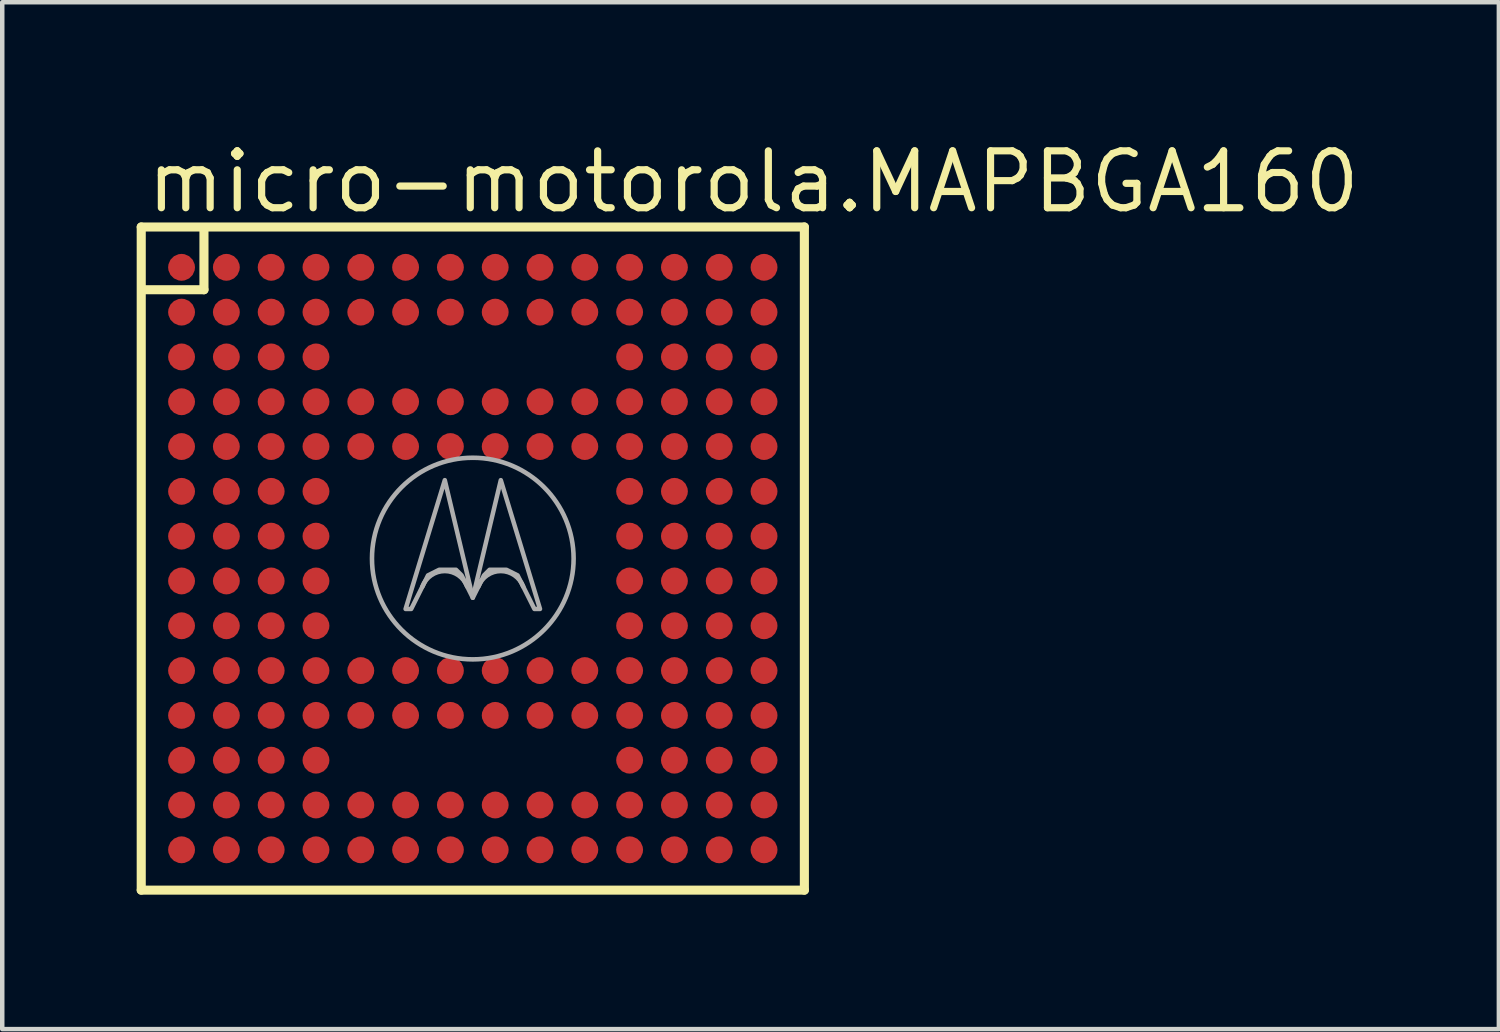
<source format=kicad_pcb>
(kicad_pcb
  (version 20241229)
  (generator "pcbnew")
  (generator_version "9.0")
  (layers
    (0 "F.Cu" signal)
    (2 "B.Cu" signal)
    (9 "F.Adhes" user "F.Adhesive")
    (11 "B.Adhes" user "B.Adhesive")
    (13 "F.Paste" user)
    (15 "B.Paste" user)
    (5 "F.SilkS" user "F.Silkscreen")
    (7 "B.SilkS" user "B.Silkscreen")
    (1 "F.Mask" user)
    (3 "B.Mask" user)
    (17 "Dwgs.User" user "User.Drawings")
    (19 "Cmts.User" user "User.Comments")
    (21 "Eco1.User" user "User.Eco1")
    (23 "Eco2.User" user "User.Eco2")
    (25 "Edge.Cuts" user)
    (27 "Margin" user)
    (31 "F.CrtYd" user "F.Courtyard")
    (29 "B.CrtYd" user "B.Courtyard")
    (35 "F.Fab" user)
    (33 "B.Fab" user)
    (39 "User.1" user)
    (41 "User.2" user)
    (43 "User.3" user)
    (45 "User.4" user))
  (footprint "micro-motorola.MAPBGA160"
    (layer "F.Cu")
    (at 7.502 9.416)
    (property "Reference" "micro-motorola.MAPBGA160" (at -7.358 -7.666 0) (layer "F.SilkS") (effects (font (size 1.27 1.27) (thickness 0.16)) (justify left bottom)))
    (attr smd)
    (fp_line (start -7.4 -7.4) (end 7.4 -7.4) (stroke (width 0.203) (type default)) (layer "F.SilkS"))
    (fp_line (start -7.4 7.4) (end -7.4 -7.4) (stroke (width 0.203) (type default)) (layer "F.SilkS"))
    (fp_line (start -6 -7.35) (end -6 -6) (stroke (width 0.203) (type default)) (layer "F.SilkS"))
    (fp_line (start -6 -6) (end -7.3 -6) (stroke (width 0.203) (type default)) (layer "F.SilkS"))
    (fp_line (start 7.4 -7.4) (end 7.4 7.4) (stroke (width 0.203) (type default)) (layer "F.SilkS"))
    (fp_line (start 7.4 7.4) (end -7.4 7.4) (stroke (width 0.203) (type default)) (layer "F.SilkS"))
    (fp_arc (start -1.125 0.625) (mid -0.625 0.2785) (end -0.125 0.625) (stroke (width 0.1016) (type default)) (layer "F.Fab"))
    (fp_arc (start 0.125 0.625) (mid 0.625 0.2785) (end 1.125 0.625) (stroke (width 0.1016) (type default)) (layer "F.Fab"))
    (fp_circle (center 0 0) (end 2.25 0) (stroke (width 0.102) (type default)) (fill no) (layer "F.Fab"))
    (fp_poly (pts (xy -1.5 1.125) (xy -0.625 -1.75) (xy 0 0.875) (xy -0.25 0.375) (xy -0.375 0.25) (xy -0.75 0.25) (xy -1 0.375) (xy -1.375 1.125)) (stroke (width 0.1) (type default)) (fill no) (layer "F.Fab"))
    (fp_poly (pts (xy 1.5 1.125) (xy 0.625 -1.75) (xy 0 0.875) (xy 0.25 0.375) (xy 0.375 0.25) (xy 0.75 0.25) (xy 1 0.375) (xy 1.375 1.125)) (stroke (width 0.1) (type default)) (fill no) (layer "F.Fab"))
    (pad "A1" smd roundrect (at -6.5 -6.5) (size 0.6 0.6) (layers "F.Cu" "F.Mask" "F.Paste") (roundrect_rratio 0.5))
    (pad "A2" smd roundrect (at -5.5 -6.5) (size 0.6 0.6) (layers "F.Cu" "F.Mask" "F.Paste") (roundrect_rratio 0.5))
    (pad "A3" smd roundrect (at -4.5 -6.5) (size 0.6 0.6) (layers "F.Cu" "F.Mask" "F.Paste") (roundrect_rratio 0.5))
    (pad "A4" smd roundrect (at -3.5 -6.5) (size 0.6 0.6) (layers "F.Cu" "F.Mask" "F.Paste") (roundrect_rratio 0.5))
    (pad "A5" smd roundrect (at -2.5 -6.5) (size 0.6 0.6) (layers "F.Cu" "F.Mask" "F.Paste") (roundrect_rratio 0.5))
    (pad "A6" smd roundrect (at -1.5 -6.5) (size 0.6 0.6) (layers "F.Cu" "F.Mask" "F.Paste") (roundrect_rratio 0.5))
    (pad "A7" smd roundrect (at -0.5 -6.5) (size 0.6 0.6) (layers "F.Cu" "F.Mask" "F.Paste") (roundrect_rratio 0.5))
    (pad "A8" smd roundrect (at 0.5 -6.5) (size 0.6 0.6) (layers "F.Cu" "F.Mask" "F.Paste") (roundrect_rratio 0.5))
    (pad "A9" smd roundrect (at 1.5 -6.5) (size 0.6 0.6) (layers "F.Cu" "F.Mask" "F.Paste") (roundrect_rratio 0.5))
    (pad "A10" smd roundrect (at 2.5 -6.5) (size 0.6 0.6) (layers "F.Cu" "F.Mask" "F.Paste") (roundrect_rratio 0.5))
    (pad "A11" smd roundrect (at 3.5 -6.5) (size 0.6 0.6) (layers "F.Cu" "F.Mask" "F.Paste") (roundrect_rratio 0.5))
    (pad "A12" smd roundrect (at 4.5 -6.5) (size 0.6 0.6) (layers "F.Cu" "F.Mask" "F.Paste") (roundrect_rratio 0.5))
    (pad "A13" smd roundrect (at 5.5 -6.5) (size 0.6 0.6) (layers "F.Cu" "F.Mask" "F.Paste") (roundrect_rratio 0.5))
    (pad "A14" smd roundrect (at 6.5 -6.5) (size 0.6 0.6) (layers "F.Cu" "F.Mask" "F.Paste") (roundrect_rratio 0.5))
    (pad "B1" smd roundrect (at -6.5 -5.5) (size 0.6 0.6) (layers "F.Cu" "F.Mask" "F.Paste") (roundrect_rratio 0.5))
    (pad "B2" smd roundrect (at -5.5 -5.5) (size 0.6 0.6) (layers "F.Cu" "F.Mask" "F.Paste") (roundrect_rratio 0.5))
    (pad "B3" smd roundrect (at -4.5 -5.5) (size 0.6 0.6) (layers "F.Cu" "F.Mask" "F.Paste") (roundrect_rratio 0.5))
    (pad "B4" smd roundrect (at -3.5 -5.5) (size 0.6 0.6) (layers "F.Cu" "F.Mask" "F.Paste") (roundrect_rratio 0.5))
    (pad "B5" smd roundrect (at -2.5 -5.5) (size 0.6 0.6) (layers "F.Cu" "F.Mask" "F.Paste") (roundrect_rratio 0.5))
    (pad "B6" smd roundrect (at -1.5 -5.5) (size 0.6 0.6) (layers "F.Cu" "F.Mask" "F.Paste") (roundrect_rratio 0.5))
    (pad "B7" smd roundrect (at -0.5 -5.5) (size 0.6 0.6) (layers "F.Cu" "F.Mask" "F.Paste") (roundrect_rratio 0.5))
    (pad "B8" smd roundrect (at 0.5 -5.5) (size 0.6 0.6) (layers "F.Cu" "F.Mask" "F.Paste") (roundrect_rratio 0.5))
    (pad "B9" smd roundrect (at 1.5 -5.5) (size 0.6 0.6) (layers "F.Cu" "F.Mask" "F.Paste") (roundrect_rratio 0.5))
    (pad "B10" smd roundrect (at 2.5 -5.5) (size 0.6 0.6) (layers "F.Cu" "F.Mask" "F.Paste") (roundrect_rratio 0.5))
    (pad "B11" smd roundrect (at 3.5 -5.5) (size 0.6 0.6) (layers "F.Cu" "F.Mask" "F.Paste") (roundrect_rratio 0.5))
    (pad "B12" smd roundrect (at 4.5 -5.5) (size 0.6 0.6) (layers "F.Cu" "F.Mask" "F.Paste") (roundrect_rratio 0.5))
    (pad "B13" smd roundrect (at 5.5 -5.5) (size 0.6 0.6) (layers "F.Cu" "F.Mask" "F.Paste") (roundrect_rratio 0.5))
    (pad "B14" smd roundrect (at 6.5 -5.5) (size 0.6 0.6) (layers "F.Cu" "F.Mask" "F.Paste") (roundrect_rratio 0.5))
    (pad "C1" smd roundrect (at -6.5 -4.5) (size 0.6 0.6) (layers "F.Cu" "F.Mask" "F.Paste") (roundrect_rratio 0.5))
    (pad "C2" smd roundrect (at -5.5 -4.5) (size 0.6 0.6) (layers "F.Cu" "F.Mask" "F.Paste") (roundrect_rratio 0.5))
    (pad "C3" smd roundrect (at -4.5 -4.5) (size 0.6 0.6) (layers "F.Cu" "F.Mask" "F.Paste") (roundrect_rratio 0.5))
    (pad "C4" smd roundrect (at -3.5 -4.5) (size 0.6 0.6) (layers "F.Cu" "F.Mask" "F.Paste") (roundrect_rratio 0.5))
    (pad "C11" smd roundrect (at 3.5 -4.5) (size 0.6 0.6) (layers "F.Cu" "F.Mask" "F.Paste") (roundrect_rratio 0.5))
    (pad "C12" smd roundrect (at 4.5 -4.5) (size 0.6 0.6) (layers "F.Cu" "F.Mask" "F.Paste") (roundrect_rratio 0.5))
    (pad "C13" smd roundrect (at 5.5 -4.5) (size 0.6 0.6) (layers "F.Cu" "F.Mask" "F.Paste") (roundrect_rratio 0.5))
    (pad "C14" smd roundrect (at 6.5 -4.5) (size 0.6 0.6) (layers "F.Cu" "F.Mask" "F.Paste") (roundrect_rratio 0.5))
    (pad "D1" smd roundrect (at -6.5 -3.5) (size 0.6 0.6) (layers "F.Cu" "F.Mask" "F.Paste") (roundrect_rratio 0.5))
    (pad "D2" smd roundrect (at -5.5 -3.5) (size 0.6 0.6) (layers "F.Cu" "F.Mask" "F.Paste") (roundrect_rratio 0.5))
    (pad "D3" smd roundrect (at -4.5 -3.5) (size 0.6 0.6) (layers "F.Cu" "F.Mask" "F.Paste") (roundrect_rratio 0.5))
    (pad "D4" smd roundrect (at -3.5 -3.5) (size 0.6 0.6) (layers "F.Cu" "F.Mask" "F.Paste") (roundrect_rratio 0.5))
    (pad "D5" smd roundrect (at -2.5 -3.5) (size 0.6 0.6) (layers "F.Cu" "F.Mask" "F.Paste") (roundrect_rratio 0.5))
    (pad "D6" smd roundrect (at -1.5 -3.5) (size 0.6 0.6) (layers "F.Cu" "F.Mask" "F.Paste") (roundrect_rratio 0.5))
    (pad "D7" smd roundrect (at -0.5 -3.5) (size 0.6 0.6) (layers "F.Cu" "F.Mask" "F.Paste") (roundrect_rratio 0.5))
    (pad "D8" smd roundrect (at 0.5 -3.5) (size 0.6 0.6) (layers "F.Cu" "F.Mask" "F.Paste") (roundrect_rratio 0.5))
    (pad "D9" smd roundrect (at 1.5 -3.5) (size 0.6 0.6) (layers "F.Cu" "F.Mask" "F.Paste") (roundrect_rratio 0.5))
    (pad "D10" smd roundrect (at 2.5 -3.5) (size 0.6 0.6) (layers "F.Cu" "F.Mask" "F.Paste") (roundrect_rratio 0.5))
    (pad "D11" smd roundrect (at 3.5 -3.5) (size 0.6 0.6) (layers "F.Cu" "F.Mask" "F.Paste") (roundrect_rratio 0.5))
    (pad "D12" smd roundrect (at 4.5 -3.5) (size 0.6 0.6) (layers "F.Cu" "F.Mask" "F.Paste") (roundrect_rratio 0.5))
    (pad "D13" smd roundrect (at 5.5 -3.5) (size 0.6 0.6) (layers "F.Cu" "F.Mask" "F.Paste") (roundrect_rratio 0.5))
    (pad "D14" smd roundrect (at 6.5 -3.5) (size 0.6 0.6) (layers "F.Cu" "F.Mask" "F.Paste") (roundrect_rratio 0.5))
    (pad "E1" smd roundrect (at -6.5 -2.5) (size 0.6 0.6) (layers "F.Cu" "F.Mask" "F.Paste") (roundrect_rratio 0.5))
    (pad "E2" smd roundrect (at -5.5 -2.5) (size 0.6 0.6) (layers "F.Cu" "F.Mask" "F.Paste") (roundrect_rratio 0.5))
    (pad "E3" smd roundrect (at -4.5 -2.5) (size 0.6 0.6) (layers "F.Cu" "F.Mask" "F.Paste") (roundrect_rratio 0.5))
    (pad "E4" smd roundrect (at -3.5 -2.5) (size 0.6 0.6) (layers "F.Cu" "F.Mask" "F.Paste") (roundrect_rratio 0.5))
    (pad "E5" smd roundrect (at -2.5 -2.5) (size 0.6 0.6) (layers "F.Cu" "F.Mask" "F.Paste") (roundrect_rratio 0.5))
    (pad "E6" smd roundrect (at -1.5 -2.5) (size 0.6 0.6) (layers "F.Cu" "F.Mask" "F.Paste") (roundrect_rratio 0.5))
    (pad "E7" smd roundrect (at -0.5 -2.5) (size 0.6 0.6) (layers "F.Cu" "F.Mask" "F.Paste") (roundrect_rratio 0.5))
    (pad "E8" smd roundrect (at 0.5 -2.5) (size 0.6 0.6) (layers "F.Cu" "F.Mask" "F.Paste") (roundrect_rratio 0.5))
    (pad "E9" smd roundrect (at 1.5 -2.5) (size 0.6 0.6) (layers "F.Cu" "F.Mask" "F.Paste") (roundrect_rratio 0.5))
    (pad "E10" smd roundrect (at 2.5 -2.5) (size 0.6 0.6) (layers "F.Cu" "F.Mask" "F.Paste") (roundrect_rratio 0.5))
    (pad "E11" smd roundrect (at 3.5 -2.5) (size 0.6 0.6) (layers "F.Cu" "F.Mask" "F.Paste") (roundrect_rratio 0.5))
    (pad "E12" smd roundrect (at 4.5 -2.5) (size 0.6 0.6) (layers "F.Cu" "F.Mask" "F.Paste") (roundrect_rratio 0.5))
    (pad "E13" smd roundrect (at 5.5 -2.5) (size 0.6 0.6) (layers "F.Cu" "F.Mask" "F.Paste") (roundrect_rratio 0.5))
    (pad "E14" smd roundrect (at 6.5 -2.5) (size 0.6 0.6) (layers "F.Cu" "F.Mask" "F.Paste") (roundrect_rratio 0.5))
    (pad "F1" smd roundrect (at -6.5 -1.5) (size 0.6 0.6) (layers "F.Cu" "F.Mask" "F.Paste") (roundrect_rratio 0.5))
    (pad "F2" smd roundrect (at -5.5 -1.5) (size 0.6 0.6) (layers "F.Cu" "F.Mask" "F.Paste") (roundrect_rratio 0.5))
    (pad "F3" smd roundrect (at -4.5 -1.5) (size 0.6 0.6) (layers "F.Cu" "F.Mask" "F.Paste") (roundrect_rratio 0.5))
    (pad "F4" smd roundrect (at -3.5 -1.5) (size 0.6 0.6) (layers "F.Cu" "F.Mask" "F.Paste") (roundrect_rratio 0.5))
    (pad "F11" smd roundrect (at 3.5 -1.5) (size 0.6 0.6) (layers "F.Cu" "F.Mask" "F.Paste") (roundrect_rratio 0.5))
    (pad "F12" smd roundrect (at 4.5 -1.5) (size 0.6 0.6) (layers "F.Cu" "F.Mask" "F.Paste") (roundrect_rratio 0.5))
    (pad "F13" smd roundrect (at 5.5 -1.5) (size 0.6 0.6) (layers "F.Cu" "F.Mask" "F.Paste") (roundrect_rratio 0.5))
    (pad "F14" smd roundrect (at 6.5 -1.5) (size 0.6 0.6) (layers "F.Cu" "F.Mask" "F.Paste") (roundrect_rratio 0.5))
    (pad "G1" smd roundrect (at -6.5 -0.5) (size 0.6 0.6) (layers "F.Cu" "F.Mask" "F.Paste") (roundrect_rratio 0.5))
    (pad "G2" smd roundrect (at -5.5 -0.5) (size 0.6 0.6) (layers "F.Cu" "F.Mask" "F.Paste") (roundrect_rratio 0.5))
    (pad "G3" smd roundrect (at -4.5 -0.5) (size 0.6 0.6) (layers "F.Cu" "F.Mask" "F.Paste") (roundrect_rratio 0.5))
    (pad "G4" smd roundrect (at -3.5 -0.5) (size 0.6 0.6) (layers "F.Cu" "F.Mask" "F.Paste") (roundrect_rratio 0.5))
    (pad "G11" smd roundrect (at 3.5 -0.5) (size 0.6 0.6) (layers "F.Cu" "F.Mask" "F.Paste") (roundrect_rratio 0.5))
    (pad "G12" smd roundrect (at 4.5 -0.5) (size 0.6 0.6) (layers "F.Cu" "F.Mask" "F.Paste") (roundrect_rratio 0.5))
    (pad "G13" smd roundrect (at 5.5 -0.5) (size 0.6 0.6) (layers "F.Cu" "F.Mask" "F.Paste") (roundrect_rratio 0.5))
    (pad "G14" smd roundrect (at 6.5 -0.5) (size 0.6 0.6) (layers "F.Cu" "F.Mask" "F.Paste") (roundrect_rratio 0.5))
    (pad "H1" smd roundrect (at -6.5 0.5) (size 0.6 0.6) (layers "F.Cu" "F.Mask" "F.Paste") (roundrect_rratio 0.5))
    (pad "H2" smd roundrect (at -5.5 0.5) (size 0.6 0.6) (layers "F.Cu" "F.Mask" "F.Paste") (roundrect_rratio 0.5))
    (pad "H3" smd roundrect (at -4.5 0.5) (size 0.6 0.6) (layers "F.Cu" "F.Mask" "F.Paste") (roundrect_rratio 0.5))
    (pad "H4" smd roundrect (at -3.5 0.5) (size 0.6 0.6) (layers "F.Cu" "F.Mask" "F.Paste") (roundrect_rratio 0.5))
    (pad "H11" smd roundrect (at 3.5 0.5) (size 0.6 0.6) (layers "F.Cu" "F.Mask" "F.Paste") (roundrect_rratio 0.5))
    (pad "H12" smd roundrect (at 4.5 0.5) (size 0.6 0.6) (layers "F.Cu" "F.Mask" "F.Paste") (roundrect_rratio 0.5))
    (pad "H13" smd roundrect (at 5.5 0.5) (size 0.6 0.6) (layers "F.Cu" "F.Mask" "F.Paste") (roundrect_rratio 0.5))
    (pad "H14" smd roundrect (at 6.5 0.5) (size 0.6 0.6) (layers "F.Cu" "F.Mask" "F.Paste") (roundrect_rratio 0.5))
    (pad "J1" smd roundrect (at -6.5 1.5) (size 0.6 0.6) (layers "F.Cu" "F.Mask" "F.Paste") (roundrect_rratio 0.5))
    (pad "J2" smd roundrect (at -5.5 1.5) (size 0.6 0.6) (layers "F.Cu" "F.Mask" "F.Paste") (roundrect_rratio 0.5))
    (pad "J3" smd roundrect (at -4.5 1.5) (size 0.6 0.6) (layers "F.Cu" "F.Mask" "F.Paste") (roundrect_rratio 0.5))
    (pad "J4" smd roundrect (at -3.5 1.5) (size 0.6 0.6) (layers "F.Cu" "F.Mask" "F.Paste") (roundrect_rratio 0.5))
    (pad "J11" smd roundrect (at 3.5 1.5) (size 0.6 0.6) (layers "F.Cu" "F.Mask" "F.Paste") (roundrect_rratio 0.5))
    (pad "J12" smd roundrect (at 4.5 1.5) (size 0.6 0.6) (layers "F.Cu" "F.Mask" "F.Paste") (roundrect_rratio 0.5))
    (pad "J13" smd roundrect (at 5.5 1.5) (size 0.6 0.6) (layers "F.Cu" "F.Mask" "F.Paste") (roundrect_rratio 0.5))
    (pad "J14" smd roundrect (at 6.5 1.5) (size 0.6 0.6) (layers "F.Cu" "F.Mask" "F.Paste") (roundrect_rratio 0.5))
    (pad "K1" smd roundrect (at -6.5 2.5) (size 0.6 0.6) (layers "F.Cu" "F.Mask" "F.Paste") (roundrect_rratio 0.5))
    (pad "K2" smd roundrect (at -5.5 2.5) (size 0.6 0.6) (layers "F.Cu" "F.Mask" "F.Paste") (roundrect_rratio 0.5))
    (pad "K3" smd roundrect (at -4.5 2.5) (size 0.6 0.6) (layers "F.Cu" "F.Mask" "F.Paste") (roundrect_rratio 0.5))
    (pad "K4" smd roundrect (at -3.5 2.5) (size 0.6 0.6) (layers "F.Cu" "F.Mask" "F.Paste") (roundrect_rratio 0.5))
    (pad "K5" smd roundrect (at -2.5 2.5) (size 0.6 0.6) (layers "F.Cu" "F.Mask" "F.Paste") (roundrect_rratio 0.5))
    (pad "K6" smd roundrect (at -1.5 2.5) (size 0.6 0.6) (layers "F.Cu" "F.Mask" "F.Paste") (roundrect_rratio 0.5))
    (pad "K7" smd roundrect (at -0.5 2.5) (size 0.6 0.6) (layers "F.Cu" "F.Mask" "F.Paste") (roundrect_rratio 0.5))
    (pad "K8" smd roundrect (at 0.5 2.5) (size 0.6 0.6) (layers "F.Cu" "F.Mask" "F.Paste") (roundrect_rratio 0.5))
    (pad "K9" smd roundrect (at 1.5 2.5) (size 0.6 0.6) (layers "F.Cu" "F.Mask" "F.Paste") (roundrect_rratio 0.5))
    (pad "K10" smd roundrect (at 2.5 2.5) (size 0.6 0.6) (layers "F.Cu" "F.Mask" "F.Paste") (roundrect_rratio 0.5))
    (pad "K11" smd roundrect (at 3.5 2.5) (size 0.6 0.6) (layers "F.Cu" "F.Mask" "F.Paste") (roundrect_rratio 0.5))
    (pad "K12" smd roundrect (at 4.5 2.5) (size 0.6 0.6) (layers "F.Cu" "F.Mask" "F.Paste") (roundrect_rratio 0.5))
    (pad "K13" smd roundrect (at 5.5 2.5) (size 0.6 0.6) (layers "F.Cu" "F.Mask" "F.Paste") (roundrect_rratio 0.5))
    (pad "K14" smd roundrect (at 6.5 2.5) (size 0.6 0.6) (layers "F.Cu" "F.Mask" "F.Paste") (roundrect_rratio 0.5))
    (pad "L1" smd roundrect (at -6.5 3.5) (size 0.6 0.6) (layers "F.Cu" "F.Mask" "F.Paste") (roundrect_rratio 0.5))
    (pad "L2" smd roundrect (at -5.5 3.5) (size 0.6 0.6) (layers "F.Cu" "F.Mask" "F.Paste") (roundrect_rratio 0.5))
    (pad "L3" smd roundrect (at -4.5 3.5) (size 0.6 0.6) (layers "F.Cu" "F.Mask" "F.Paste") (roundrect_rratio 0.5))
    (pad "L4" smd roundrect (at -3.5 3.5) (size 0.6 0.6) (layers "F.Cu" "F.Mask" "F.Paste") (roundrect_rratio 0.5))
    (pad "L5" smd roundrect (at -2.5 3.5) (size 0.6 0.6) (layers "F.Cu" "F.Mask" "F.Paste") (roundrect_rratio 0.5))
    (pad "L6" smd roundrect (at -1.5 3.5) (size 0.6 0.6) (layers "F.Cu" "F.Mask" "F.Paste") (roundrect_rratio 0.5))
    (pad "L7" smd roundrect (at -0.5 3.5) (size 0.6 0.6) (layers "F.Cu" "F.Mask" "F.Paste") (roundrect_rratio 0.5))
    (pad "L8" smd roundrect (at 0.5 3.5) (size 0.6 0.6) (layers "F.Cu" "F.Mask" "F.Paste") (roundrect_rratio 0.5))
    (pad "L9" smd roundrect (at 1.5 3.5) (size 0.6 0.6) (layers "F.Cu" "F.Mask" "F.Paste") (roundrect_rratio 0.5))
    (pad "L10" smd roundrect (at 2.5 3.5) (size 0.6 0.6) (layers "F.Cu" "F.Mask" "F.Paste") (roundrect_rratio 0.5))
    (pad "L11" smd roundrect (at 3.5 3.5) (size 0.6 0.6) (layers "F.Cu" "F.Mask" "F.Paste") (roundrect_rratio 0.5))
    (pad "L12" smd roundrect (at 4.5 3.5) (size 0.6 0.6) (layers "F.Cu" "F.Mask" "F.Paste") (roundrect_rratio 0.5))
    (pad "L13" smd roundrect (at 5.5 3.5) (size 0.6 0.6) (layers "F.Cu" "F.Mask" "F.Paste") (roundrect_rratio 0.5))
    (pad "L14" smd roundrect (at 6.5 3.5) (size 0.6 0.6) (layers "F.Cu" "F.Mask" "F.Paste") (roundrect_rratio 0.5))
    (pad "M1" smd roundrect (at -6.5 4.5) (size 0.6 0.6) (layers "F.Cu" "F.Mask" "F.Paste") (roundrect_rratio 0.5))
    (pad "M2" smd roundrect (at -5.5 4.5) (size 0.6 0.6) (layers "F.Cu" "F.Mask" "F.Paste") (roundrect_rratio 0.5))
    (pad "M3" smd roundrect (at -4.5 4.5) (size 0.6 0.6) (layers "F.Cu" "F.Mask" "F.Paste") (roundrect_rratio 0.5))
    (pad "M4" smd roundrect (at -3.5 4.5) (size 0.6 0.6) (layers "F.Cu" "F.Mask" "F.Paste") (roundrect_rratio 0.5))
    (pad "M11" smd roundrect (at 3.5 4.5) (size 0.6 0.6) (layers "F.Cu" "F.Mask" "F.Paste") (roundrect_rratio 0.5))
    (pad "M12" smd roundrect (at 4.5 4.5) (size 0.6 0.6) (layers "F.Cu" "F.Mask" "F.Paste") (roundrect_rratio 0.5))
    (pad "M13" smd roundrect (at 5.5 4.5) (size 0.6 0.6) (layers "F.Cu" "F.Mask" "F.Paste") (roundrect_rratio 0.5))
    (pad "M14" smd roundrect (at 6.5 4.5) (size 0.6 0.6) (layers "F.Cu" "F.Mask" "F.Paste") (roundrect_rratio 0.5))
    (pad "N1" smd roundrect (at -6.5 5.5) (size 0.6 0.6) (layers "F.Cu" "F.Mask" "F.Paste") (roundrect_rratio 0.5))
    (pad "N2" smd roundrect (at -5.5 5.5) (size 0.6 0.6) (layers "F.Cu" "F.Mask" "F.Paste") (roundrect_rratio 0.5))
    (pad "N3" smd roundrect (at -4.5 5.5) (size 0.6 0.6) (layers "F.Cu" "F.Mask" "F.Paste") (roundrect_rratio 0.5))
    (pad "N4" smd roundrect (at -3.5 5.5) (size 0.6 0.6) (layers "F.Cu" "F.Mask" "F.Paste") (roundrect_rratio 0.5))
    (pad "N5" smd roundrect (at -2.5 5.5) (size 0.6 0.6) (layers "F.Cu" "F.Mask" "F.Paste") (roundrect_rratio 0.5))
    (pad "N6" smd roundrect (at -1.5 5.5) (size 0.6 0.6) (layers "F.Cu" "F.Mask" "F.Paste") (roundrect_rratio 0.5))
    (pad "N7" smd roundrect (at -0.5 5.5) (size 0.6 0.6) (layers "F.Cu" "F.Mask" "F.Paste") (roundrect_rratio 0.5))
    (pad "N8" smd roundrect (at 0.5 5.5) (size 0.6 0.6) (layers "F.Cu" "F.Mask" "F.Paste") (roundrect_rratio 0.5))
    (pad "N9" smd roundrect (at 1.5 5.5) (size 0.6 0.6) (layers "F.Cu" "F.Mask" "F.Paste") (roundrect_rratio 0.5))
    (pad "N10" smd roundrect (at 2.5 5.5) (size 0.6 0.6) (layers "F.Cu" "F.Mask" "F.Paste") (roundrect_rratio 0.5))
    (pad "N11" smd roundrect (at 3.5 5.5) (size 0.6 0.6) (layers "F.Cu" "F.Mask" "F.Paste") (roundrect_rratio 0.5))
    (pad "N12" smd roundrect (at 4.5 5.5) (size 0.6 0.6) (layers "F.Cu" "F.Mask" "F.Paste") (roundrect_rratio 0.5))
    (pad "N13" smd roundrect (at 5.5 5.5) (size 0.6 0.6) (layers "F.Cu" "F.Mask" "F.Paste") (roundrect_rratio 0.5))
    (pad "N14" smd roundrect (at 6.5 5.5) (size 0.6 0.6) (layers "F.Cu" "F.Mask" "F.Paste") (roundrect_rratio 0.5))
    (pad "P1" smd roundrect (at -6.5 6.5) (size 0.6 0.6) (layers "F.Cu" "F.Mask" "F.Paste") (roundrect_rratio 0.5))
    (pad "P2" smd roundrect (at -5.5 6.5) (size 0.6 0.6) (layers "F.Cu" "F.Mask" "F.Paste") (roundrect_rratio 0.5))
    (pad "P3" smd roundrect (at -4.5 6.5) (size 0.6 0.6) (layers "F.Cu" "F.Mask" "F.Paste") (roundrect_rratio 0.5))
    (pad "P4" smd roundrect (at -3.5 6.5) (size 0.6 0.6) (layers "F.Cu" "F.Mask" "F.Paste") (roundrect_rratio 0.5))
    (pad "P5" smd roundrect (at -2.5 6.5) (size 0.6 0.6) (layers "F.Cu" "F.Mask" "F.Paste") (roundrect_rratio 0.5))
    (pad "P6" smd roundrect (at -1.5 6.5) (size 0.6 0.6) (layers "F.Cu" "F.Mask" "F.Paste") (roundrect_rratio 0.5))
    (pad "P7" smd roundrect (at -0.5 6.5) (size 0.6 0.6) (layers "F.Cu" "F.Mask" "F.Paste") (roundrect_rratio 0.5))
    (pad "P8" smd roundrect (at 0.5 6.5) (size 0.6 0.6) (layers "F.Cu" "F.Mask" "F.Paste") (roundrect_rratio 0.5))
    (pad "P9" smd roundrect (at 1.5 6.5) (size 0.6 0.6) (layers "F.Cu" "F.Mask" "F.Paste") (roundrect_rratio 0.5))
    (pad "P10" smd roundrect (at 2.5 6.5) (size 0.6 0.6) (layers "F.Cu" "F.Mask" "F.Paste") (roundrect_rratio 0.5))
    (pad "P11" smd roundrect (at 3.5 6.5) (size 0.6 0.6) (layers "F.Cu" "F.Mask" "F.Paste") (roundrect_rratio 0.5))
    (pad "P12" smd roundrect (at 4.5 6.5) (size 0.6 0.6) (layers "F.Cu" "F.Mask" "F.Paste") (roundrect_rratio 0.5))
    (pad "P13" smd roundrect (at 5.5 6.5) (size 0.6 0.6) (layers "F.Cu" "F.Mask" "F.Paste") (roundrect_rratio 0.5))
    (pad "P14" smd roundrect (at 6.5 6.5) (size 0.6 0.6) (layers "F.Cu" "F.Mask" "F.Paste") (roundrect_rratio 0.5)))
  (gr_rect
    (start -3 -3)
    (end 30.402 19.918)
    (stroke (width 0.1) (type default))
    (fill no)
    (layer "Edge.Cuts")))
</source>
